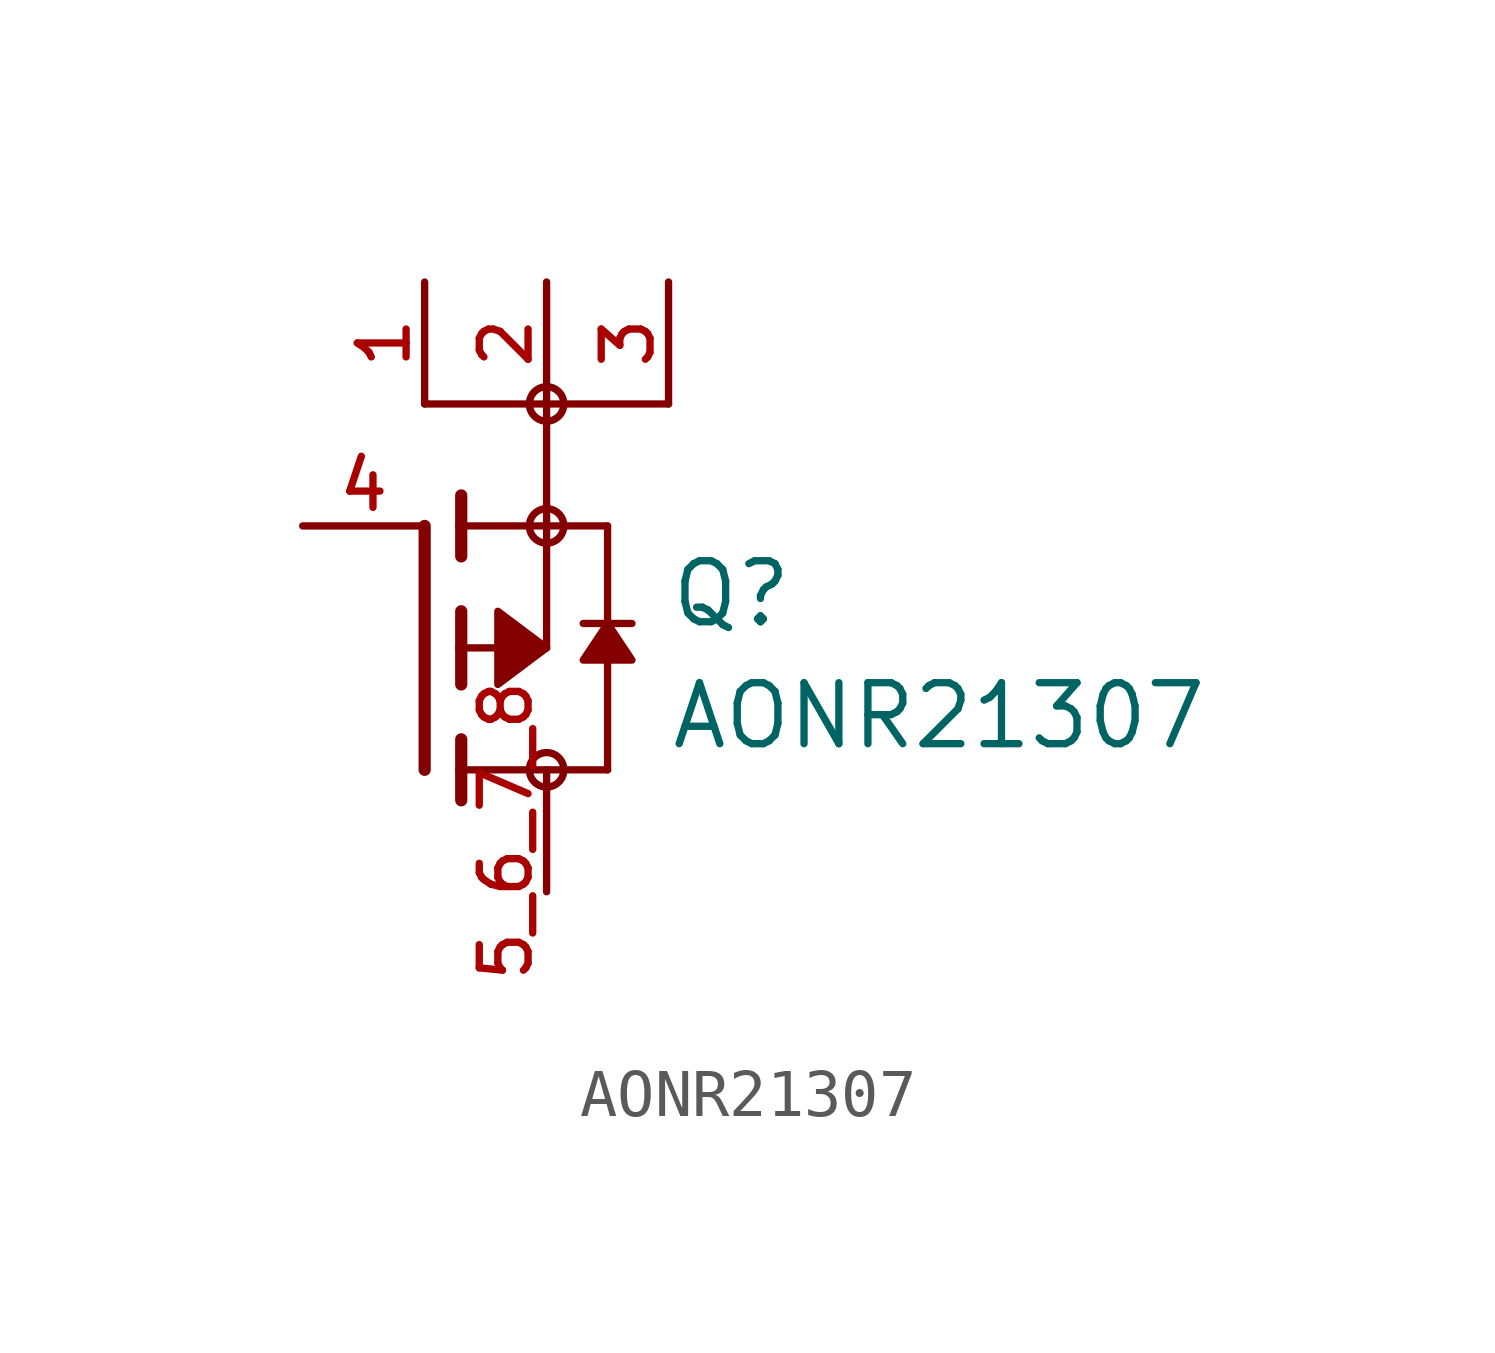
<source format=kicad_sym>
(kicad_symbol_lib
  (version 20241209)
  (generator "kicad_symbol_editor")
  (generator_version "9.0")
  (symbol "AONR21307"
    (pin_names
      (offset 1.016))
    (property "Reference" "Q"
      (at 5.08 0.381 0)
      (effects (font (size 1.27 1.27)) (justify left bottom)))
    (property "Value" "AONR21307"
      (at 5.08 -2.159 0)
      (effects (font (size 1.27 1.27)) (justify left bottom)))
    (symbol "AONR21307_0_0"
      (polyline (pts (xy 0 5.08) (xy 5.08 5.08)) (stroke (width 0.152) (type default)) (fill (type none)))
      (polyline (pts (xy 0 -2.54) (xy 0 2.54)) (stroke (width 0.254) (type default)) (fill (type none)))
      (polyline (pts (xy 0.762 2.54) (xy 0.762 3.175)) (stroke (width 0.254) (type default)) (fill (type none)))
      (polyline (pts (xy 0.762 1.905) (xy 0.762 2.54)) (stroke (width 0.254) (type default)) (fill (type none)))
      (polyline (pts (xy 0.762 0) (xy 0.762 0.762)) (stroke (width 0.254) (type default)) (fill (type none)))
      (polyline (pts (xy 0.762 0) (xy 2.54 0)) (stroke (width 0.152) (type default)) (fill (type none)))
      (polyline (pts (xy 0.762 -0.762) (xy 0.762 0)) (stroke (width 0.254) (type default)) (fill (type none)))
      (polyline (pts (xy 0.762 -2.54) (xy 0.762 -1.905)) (stroke (width 0.254) (type default)) (fill (type none)))
      (polyline (pts (xy 0.762 -2.54) (xy 3.81 -2.54)) (stroke (width 0.152) (type default)) (fill (type none)))
      (polyline (pts (xy 0.762 -3.175) (xy 0.762 -2.54)) (stroke (width 0.254) (type default)) (fill (type none)))
      (polyline (pts (xy 2.54 5.08) (xy 2.54 2.54)) (stroke (width 0.152) (type default)) (fill (type none)))
      (circle (center 2.54 5.08) (radius 0.359) (stroke (width 0) (type default)) (fill (type none)))
      (polyline (pts (xy 2.54 2.54) (xy 0.762 2.54)) (stroke (width 0.152) (type default)) (fill (type none)))
      (polyline (pts (xy 2.54 2.54) (xy 3.81 2.54)) (stroke (width 0.152) (type default)) (fill (type none)))
      (circle (center 2.54 2.54) (radius 0.359) (stroke (width 0) (type default)) (fill (type none)))
      (polyline (pts (xy 2.54 0) (xy 2.54 2.54)) (stroke (width 0.152) (type default)) (fill (type none)))
      (polyline (pts (xy 2.54 0) (xy 1.524 0.762) (xy 1.524 -0.762) (xy 2.54 0)) (stroke (width 0.152) (type default)) (fill (type outline)))
      (circle (center 2.54 -2.54) (radius 0.359) (stroke (width 0) (type default)) (fill (type none)))
      (polyline (pts (xy 3.302 0.508) (xy 4.318 0.508)) (stroke (width 0.152) (type default)) (fill (type none)))
      (polyline (pts (xy 3.81 0.508) (xy 4.318 -0.254) (xy 3.302 -0.254) (xy 3.81 0.508)) (stroke (width 0.152) (type default)) (fill (type outline)))
      (polyline (pts (xy 3.81 -2.54) (xy 3.81 2.54)) (stroke (width 0.152) (type default)) (fill (type none)))
      (pin passive line (at -2.54 2.54 0) (length 2.54) (name "~" (effects (font (size 1.016 1.016)))) (number "4" (effects (font (size 1.016 1.016)))))
      (pin passive line (at 0 7.62 270) (length 2.54) (name "~" (effects (font (size 1.016 1.016)))) (number "1" (effects (font (size 1.016 1.016)))))
      (pin passive line (at 2.54 7.62 270) (length 2.54) (name "~" (effects (font (size 1.016 1.016)))) (number "2" (effects (font (size 1.016 1.016)))))
      (pin passive line (at 2.54 -5.08 90) (length 2.54) (name "~" (effects (font (size 1.016 1.016)))) (number "5_6_7_8" (effects (font (size 1.016 1.016)))))
      (pin passive line (at 5.08 7.62 270) (length 2.54) (name "~" (effects (font (size 1.016 1.016)))) (number "3" (effects (font (size 1.016 1.016))))))))
</source>
